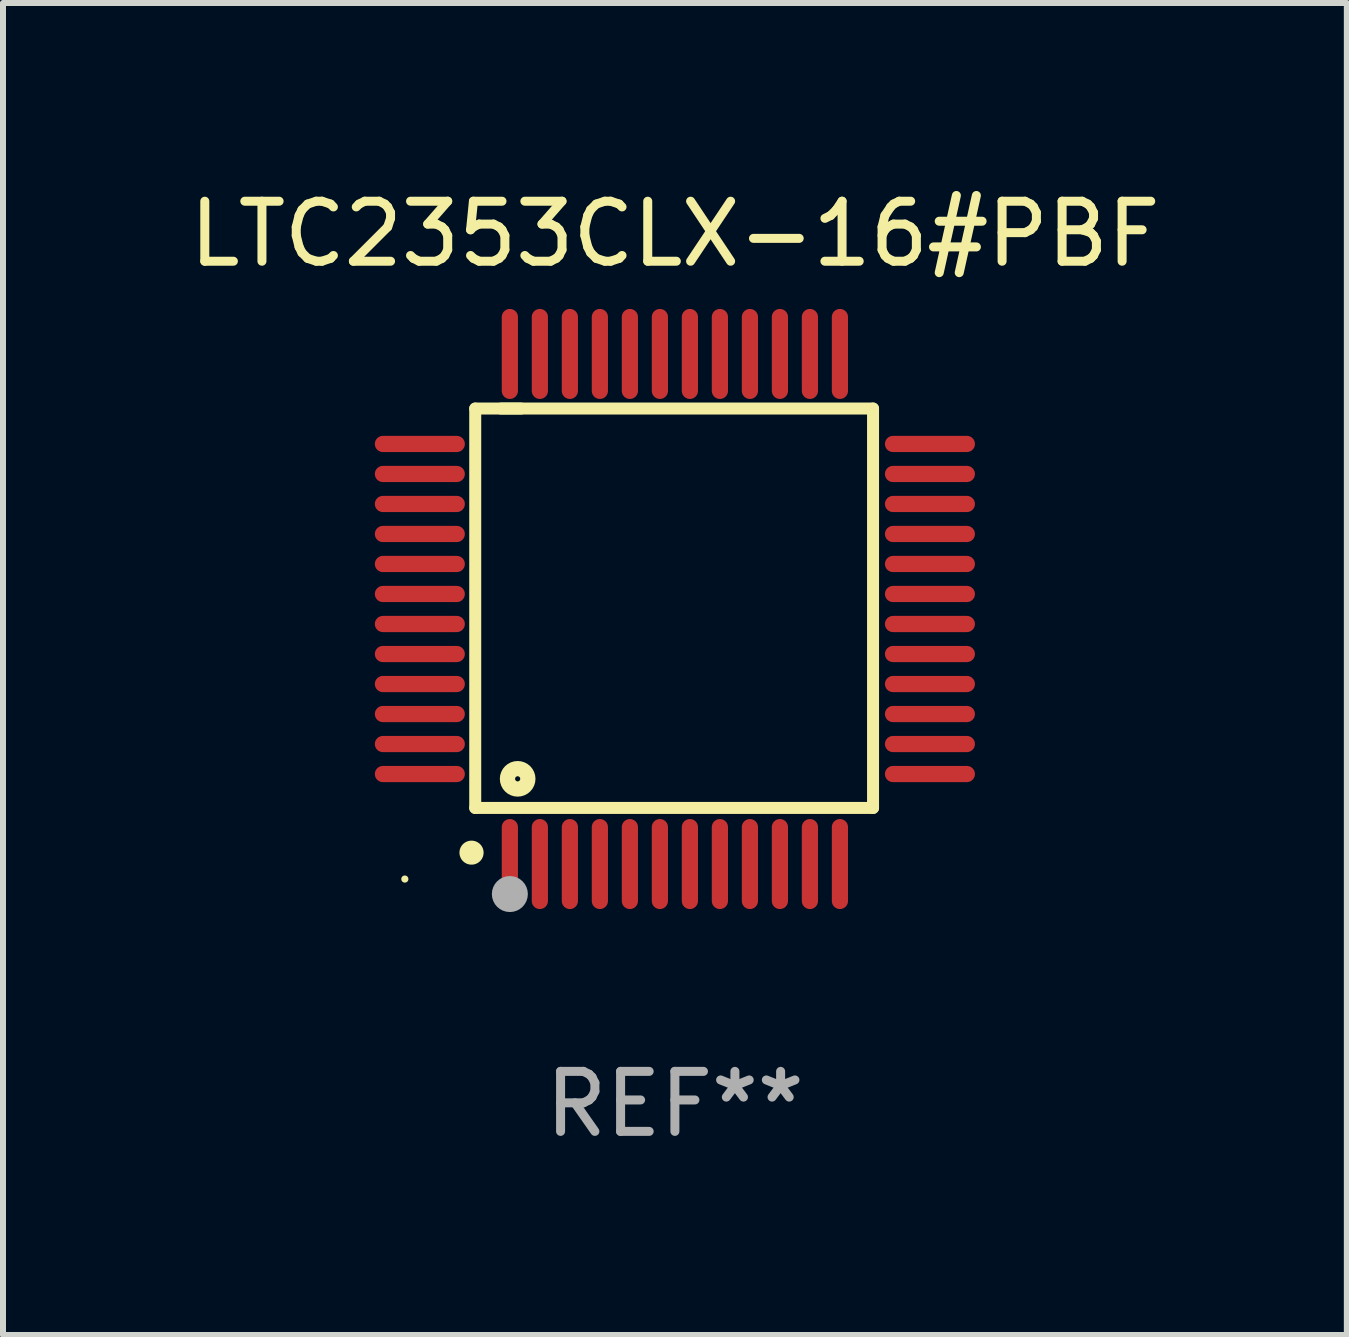
<source format=kicad_pcb>
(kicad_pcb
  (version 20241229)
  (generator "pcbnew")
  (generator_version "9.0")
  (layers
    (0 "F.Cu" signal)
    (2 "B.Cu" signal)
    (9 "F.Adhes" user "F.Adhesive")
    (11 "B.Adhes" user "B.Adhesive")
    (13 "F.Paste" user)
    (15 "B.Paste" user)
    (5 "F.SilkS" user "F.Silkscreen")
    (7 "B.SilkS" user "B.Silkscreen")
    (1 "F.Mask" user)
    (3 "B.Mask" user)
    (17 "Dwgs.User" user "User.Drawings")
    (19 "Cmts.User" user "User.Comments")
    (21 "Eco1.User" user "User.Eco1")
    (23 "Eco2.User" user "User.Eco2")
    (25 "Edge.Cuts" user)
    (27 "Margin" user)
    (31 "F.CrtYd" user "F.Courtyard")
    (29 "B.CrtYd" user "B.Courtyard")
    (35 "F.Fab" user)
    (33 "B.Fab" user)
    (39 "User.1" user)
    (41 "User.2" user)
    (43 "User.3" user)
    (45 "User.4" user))
  (footprint "LTC2353CLX-16#PBF"
    (layer "F.Cu")
    (at 8.196 7.098)
    (property "Reference" "LTC2353CLX-16#PBF" (at 0 -6.25 0) (layer "F.SilkS") (effects (font (size 1 1) (thickness 0.15))))
    (attr through_hole)
    (fp_line (start -3.327 -3.34) (end -2.565 -3.34) (stroke (width 0.2) (type solid)) (layer "F.SilkS"))
    (fp_line (start -3.327 3.315) (end -3.327 -3.34) (stroke (width 0.2) (type solid)) (layer "F.SilkS"))
    (fp_line (start -2.896 -3.34) (end 3.302 -3.34) (stroke (width 0.2) (type solid)) (layer "F.SilkS"))
    (fp_line (start 3.302 -3.34) (end 3.302 3.315) (stroke (width 0.2) (type solid)) (layer "F.SilkS"))
    (fp_line (start 3.302 3.315) (end -3.327 3.315) (stroke (width 0.2) (type solid)) (layer "F.SilkS"))
    (fp_arc (start -3.389992 4.059995) (mid -3.388722 4.059991) (end -3.387452 4.059995) (stroke (width 0.4) (type solid)) (layer "F.SilkS"))
    (fp_circle (center -4.5 4.5) (end -4.47 4.5) (stroke (width 0.06) (type solid)) (fill no) (layer "F.SilkS"))
    (fp_circle (center -2.62 2.83) (end -2.45 2.83) (stroke (width 0.254) (type solid)) (fill no) (layer "F.SilkS"))
    (fp_circle (center -2.75 4.75) (end -2.6 4.75) (stroke (width 0.3) (type solid)) (fill no) (layer "F.Fab"))
    (fp_text user "REF**" (at 0 8.25 0) (layer "F.Fab") (effects (font (size 1 1) (thickness 0.15))))
    (pad "1" smd oval (at -2.75 4.25) (size 0.27 1.5) (layers "F.Cu" "F.Mask" "F.Paste"))
    (pad "2" smd oval (at -2.25 4.25) (size 0.27 1.5) (layers "F.Cu" "F.Mask" "F.Paste"))
    (pad "3" smd oval (at -1.75 4.25) (size 0.27 1.5) (layers "F.Cu" "F.Mask" "F.Paste"))
    (pad "4" smd oval (at -1.25 4.25) (size 0.27 1.5) (layers "F.Cu" "F.Mask" "F.Paste"))
    (pad "5" smd oval (at -0.75 4.25) (size 0.27 1.5) (layers "F.Cu" "F.Mask" "F.Paste"))
    (pad "6" smd oval (at -0.25 4.25) (size 0.27 1.5) (layers "F.Cu" "F.Mask" "F.Paste"))
    (pad "7" smd oval (at 0.25 4.25) (size 0.27 1.5) (layers "F.Cu" "F.Mask" "F.Paste"))
    (pad "8" smd oval (at 0.75 4.25) (size 0.27 1.5) (layers "F.Cu" "F.Mask" "F.Paste"))
    (pad "9" smd oval (at 1.25 4.25) (size 0.27 1.5) (layers "F.Cu" "F.Mask" "F.Paste"))
    (pad "10" smd oval (at 1.75 4.25) (size 0.27 1.5) (layers "F.Cu" "F.Mask" "F.Paste"))
    (pad "11" smd oval (at 2.25 4.25) (size 0.27 1.5) (layers "F.Cu" "F.Mask" "F.Paste"))
    (pad "12" smd oval (at 2.75 4.25) (size 0.27 1.5) (layers "F.Cu" "F.Mask" "F.Paste"))
    (pad "13" smd oval (at 4.25 2.75) (size 1.5 0.27) (layers "F.Cu" "F.Mask" "F.Paste"))
    (pad "14" smd oval (at 4.25 2.25) (size 1.5 0.27) (layers "F.Cu" "F.Mask" "F.Paste"))
    (pad "15" smd oval (at 4.25 1.75) (size 1.5 0.27) (layers "F.Cu" "F.Mask" "F.Paste"))
    (pad "16" smd oval (at 4.25 1.25) (size 1.5 0.27) (layers "F.Cu" "F.Mask" "F.Paste"))
    (pad "17" smd oval (at 4.25 0.75) (size 1.5 0.27) (layers "F.Cu" "F.Mask" "F.Paste"))
    (pad "18" smd oval (at 4.25 0.25) (size 1.5 0.27) (layers "F.Cu" "F.Mask" "F.Paste"))
    (pad "19" smd oval (at 4.25 -0.25) (size 1.5 0.27) (layers "F.Cu" "F.Mask" "F.Paste"))
    (pad "20" smd oval (at 4.25 -0.75) (size 1.5 0.27) (layers "F.Cu" "F.Mask" "F.Paste"))
    (pad "21" smd oval (at 4.25 -1.25) (size 1.5 0.27) (layers "F.Cu" "F.Mask" "F.Paste"))
    (pad "22" smd oval (at 4.25 -1.75) (size 1.5 0.27) (layers "F.Cu" "F.Mask" "F.Paste"))
    (pad "23" smd oval (at 4.25 -2.25) (size 1.5 0.27) (layers "F.Cu" "F.Mask" "F.Paste"))
    (pad "24" smd oval (at 4.25 -2.75) (size 1.5 0.27) (layers "F.Cu" "F.Mask" "F.Paste"))
    (pad "25" smd oval (at 2.75 -4.25) (size 0.27 1.5) (layers "F.Cu" "F.Mask" "F.Paste"))
    (pad "26" smd oval (at 2.25 -4.25) (size 0.27 1.5) (layers "F.Cu" "F.Mask" "F.Paste"))
    (pad "27" smd oval (at 1.75 -4.25) (size 0.27 1.5) (layers "F.Cu" "F.Mask" "F.Paste"))
    (pad "28" smd oval (at 1.25 -4.25) (size 0.27 1.5) (layers "F.Cu" "F.Mask" "F.Paste"))
    (pad "29" smd oval (at 0.75 -4.25) (size 0.27 1.5) (layers "F.Cu" "F.Mask" "F.Paste"))
    (pad "30" smd oval (at 0.25 -4.25) (size 0.27 1.5) (layers "F.Cu" "F.Mask" "F.Paste"))
    (pad "31" smd oval (at -0.25 -4.25) (size 0.27 1.5) (layers "F.Cu" "F.Mask" "F.Paste"))
    (pad "32" smd oval (at -0.75 -4.25) (size 0.27 1.5) (layers "F.Cu" "F.Mask" "F.Paste"))
    (pad "33" smd oval (at -1.25 -4.25) (size 0.27 1.5) (layers "F.Cu" "F.Mask" "F.Paste"))
    (pad "34" smd oval (at -1.75 -4.25) (size 0.27 1.5) (layers "F.Cu" "F.Mask" "F.Paste"))
    (pad "35" smd oval (at -2.25 -4.25) (size 0.27 1.5) (layers "F.Cu" "F.Mask" "F.Paste"))
    (pad "36" smd oval (at -2.75 -4.25) (size 0.27 1.5) (layers "F.Cu" "F.Mask" "F.Paste"))
    (pad "37" smd oval (at -4.25 -2.75) (size 1.5 0.27) (layers "F.Cu" "F.Mask" "F.Paste"))
    (pad "38" smd oval (at -4.25 -2.25) (size 1.5 0.27) (layers "F.Cu" "F.Mask" "F.Paste"))
    (pad "39" smd oval (at -4.25 -1.75) (size 1.5 0.27) (layers "F.Cu" "F.Mask" "F.Paste"))
    (pad "40" smd oval (at -4.25 -1.25) (size 1.5 0.27) (layers "F.Cu" "F.Mask" "F.Paste"))
    (pad "41" smd oval (at -4.25 -0.75) (size 1.5 0.27) (layers "F.Cu" "F.Mask" "F.Paste"))
    (pad "42" smd oval (at -4.25 -0.25) (size 1.5 0.27) (layers "F.Cu" "F.Mask" "F.Paste"))
    (pad "43" smd oval (at -4.25 0.25) (size 1.5 0.27) (layers "F.Cu" "F.Mask" "F.Paste"))
    (pad "44" smd oval (at -4.25 0.75) (size 1.5 0.27) (layers "F.Cu" "F.Mask" "F.Paste"))
    (pad "45" smd oval (at -4.25 1.25) (size 1.5 0.27) (layers "F.Cu" "F.Mask" "F.Paste"))
    (pad "46" smd oval (at -4.25 1.75) (size 1.5 0.27) (layers "F.Cu" "F.Mask" "F.Paste"))
    (pad "47" smd oval (at -4.25 2.25) (size 1.5 0.27) (layers "F.Cu" "F.Mask" "F.Paste"))
    (pad "48" smd oval (at -4.25 2.75) (size 1.5 0.27) (layers "F.Cu" "F.Mask" "F.Paste")))
  (gr_rect
    (start -3 -3)
    (end 19.393 19.196)
    (stroke (width 0.1) (type default))
    (fill no)
    (layer "Edge.Cuts")))
</source>
